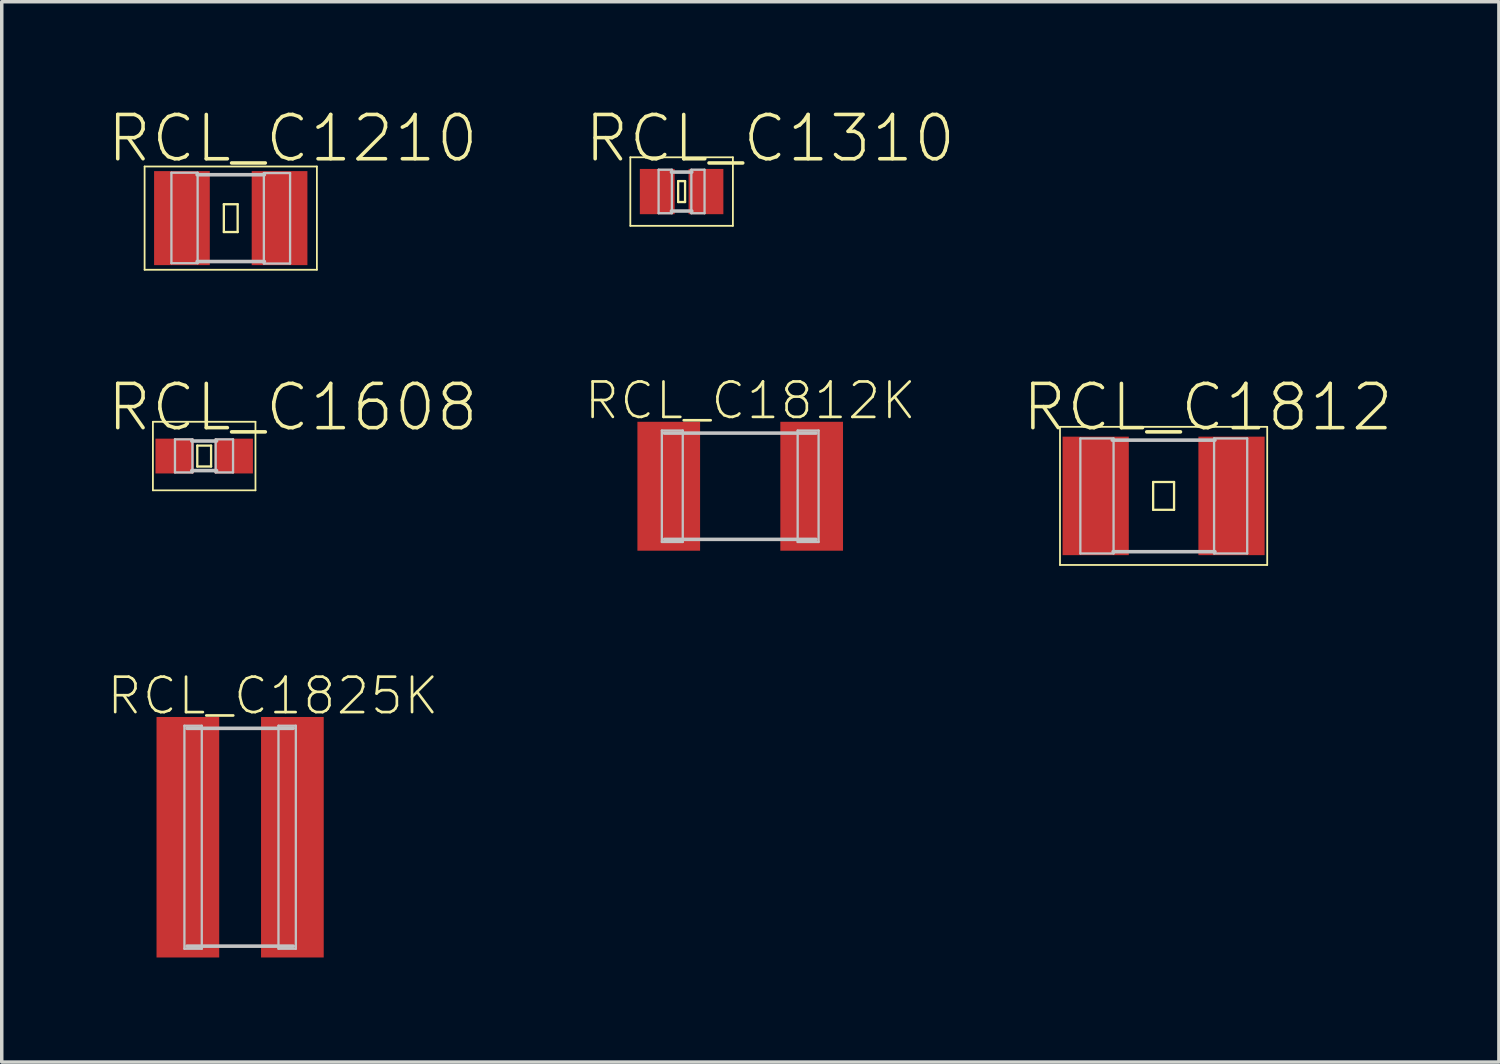
<source format=kicad_pcb>
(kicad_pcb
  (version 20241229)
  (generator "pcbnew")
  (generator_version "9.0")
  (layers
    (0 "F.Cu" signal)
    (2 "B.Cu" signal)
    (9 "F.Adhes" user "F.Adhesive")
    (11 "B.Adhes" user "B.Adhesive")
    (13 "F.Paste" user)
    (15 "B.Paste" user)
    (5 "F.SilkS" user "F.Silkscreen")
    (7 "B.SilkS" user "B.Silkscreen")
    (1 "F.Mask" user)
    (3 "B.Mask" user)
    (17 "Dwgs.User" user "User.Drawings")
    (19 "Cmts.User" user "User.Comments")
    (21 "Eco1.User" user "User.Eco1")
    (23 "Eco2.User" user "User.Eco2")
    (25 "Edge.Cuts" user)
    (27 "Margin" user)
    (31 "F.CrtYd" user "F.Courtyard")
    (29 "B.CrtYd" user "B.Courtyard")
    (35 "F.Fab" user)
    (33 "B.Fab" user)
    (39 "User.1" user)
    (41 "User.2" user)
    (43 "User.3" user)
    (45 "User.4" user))
  (footprint "RCL_C1310"
    (layer "F.Cu")
    (at 16.502 2.445)
    (property "Reference" "RCL_C1310" (at 2.54 -1.524 0) (layer "F.SilkS") (effects (font (size 1.27 1.27) (thickness 0.102))))
    (attr smd)
    (fp_line (start -1.471 -0.983) (end 1.471 -0.983) (stroke (width 0.051) (type solid)) (layer "F.SilkS"))
    (fp_line (start -1.471 0.983) (end -1.471 -0.983) (stroke (width 0.051) (type solid)) (layer "F.SilkS"))
    (fp_line (start -0.099 -0.3) (end 0.099 -0.3) (stroke (width 0.066) (type solid)) (layer "F.SilkS"))
    (fp_line (start -0.099 0.3) (end -0.099 -0.3) (stroke (width 0.066) (type solid)) (layer "F.SilkS"))
    (fp_line (start -0.099 0.3) (end 0.099 0.3) (stroke (width 0.066) (type solid)) (layer "F.SilkS"))
    (fp_line (start 0.099 0.3) (end 0.099 -0.3) (stroke (width 0.066) (type solid)) (layer "F.SilkS"))
    (fp_line (start 1.471 -0.983) (end 1.471 0.983) (stroke (width 0.051) (type solid)) (layer "F.SilkS"))
    (fp_line (start 1.471 0.983) (end -1.471 0.983) (stroke (width 0.051) (type solid)) (layer "F.SilkS"))
    (fp_line (start -0.66 -0.627) (end -0.279 -0.627) (stroke (width 0.066) (type solid)) (layer "Dwgs.User"))
    (fp_line (start -0.66 0.622) (end -0.66 -0.627) (stroke (width 0.066) (type solid)) (layer "Dwgs.User"))
    (fp_line (start -0.66 0.622) (end -0.279 0.622) (stroke (width 0.066) (type solid)) (layer "Dwgs.User"))
    (fp_line (start -0.292 -0.559) (end 0.292 -0.559) (stroke (width 0.102) (type solid)) (layer "Dwgs.User"))
    (fp_line (start -0.292 0.559) (end 0.292 0.559) (stroke (width 0.102) (type solid)) (layer "Dwgs.User"))
    (fp_line (start -0.279 0.622) (end -0.279 -0.627) (stroke (width 0.066) (type solid)) (layer "Dwgs.User"))
    (fp_line (start 0.279 -0.627) (end 0.658 -0.627) (stroke (width 0.066) (type solid)) (layer "Dwgs.User"))
    (fp_line (start 0.279 0.622) (end 0.279 -0.627) (stroke (width 0.066) (type solid)) (layer "Dwgs.User"))
    (fp_line (start 0.279 0.622) (end 0.658 0.622) (stroke (width 0.066) (type solid)) (layer "Dwgs.User"))
    (fp_line (start 0.658 0.622) (end 0.658 -0.627) (stroke (width 0.066) (type solid)) (layer "Dwgs.User"))
    (pad "1" smd rect (at -0.699 0) (size 0.998 1.298) (layers "F.Cu" "F.Mask" "F.Paste"))
    (pad "2" smd rect (at 0.699 0) (size 0.998 1.298) (layers "F.Cu" "F.Mask" "F.Paste")))
  (footprint "RCL_C1812"
    (layer "F.Cu")
    (at 30.328 11.175)
    (property "Reference" "RCL_C1812" (at 1.27 -2.54 0) (layer "F.SilkS") (effects (font (size 1.27 1.27) (thickness 0.102))))
    (attr smd)
    (fp_line (start -2.972 -1.981) (end 2.972 -1.981) (stroke (width 0.051) (type solid)) (layer "F.SilkS"))
    (fp_line (start -2.972 1.981) (end -2.972 -1.981) (stroke (width 0.051) (type solid)) (layer "F.SilkS"))
    (fp_line (start -0.3 -0.399) (end 0.3 -0.399) (stroke (width 0.066) (type solid)) (layer "F.SilkS"))
    (fp_line (start -0.3 0.399) (end -0.3 -0.399) (stroke (width 0.066) (type solid)) (layer "F.SilkS"))
    (fp_line (start -0.3 0.399) (end 0.3 0.399) (stroke (width 0.066) (type solid)) (layer "F.SilkS"))
    (fp_line (start 0.3 0.399) (end 0.3 -0.399) (stroke (width 0.066) (type solid)) (layer "F.SilkS"))
    (fp_line (start 2.972 -1.981) (end 2.972 1.981) (stroke (width 0.051) (type solid)) (layer "F.SilkS"))
    (fp_line (start 2.972 1.981) (end -2.972 1.981) (stroke (width 0.051) (type solid)) (layer "F.SilkS"))
    (fp_line (start -2.388 -1.648) (end -1.435 -1.648) (stroke (width 0.066) (type solid)) (layer "Dwgs.User"))
    (fp_line (start -2.388 1.651) (end -2.388 -1.648) (stroke (width 0.066) (type solid)) (layer "Dwgs.User"))
    (fp_line (start -2.388 1.651) (end -1.435 1.651) (stroke (width 0.066) (type solid)) (layer "Dwgs.User"))
    (fp_line (start -1.473 -1.6) (end 1.473 -1.6) (stroke (width 0.102) (type solid)) (layer "Dwgs.User"))
    (fp_line (start -1.448 1.6) (end 1.473 1.6) (stroke (width 0.102) (type solid)) (layer "Dwgs.User"))
    (fp_line (start -1.435 1.651) (end -1.435 -1.648) (stroke (width 0.066) (type solid)) (layer "Dwgs.User"))
    (fp_line (start 1.448 -1.648) (end 2.398 -1.648) (stroke (width 0.066) (type solid)) (layer "Dwgs.User"))
    (fp_line (start 1.448 1.651) (end 1.448 -1.648) (stroke (width 0.066) (type solid)) (layer "Dwgs.User"))
    (fp_line (start 1.448 1.651) (end 2.398 1.651) (stroke (width 0.066) (type solid)) (layer "Dwgs.User"))
    (fp_line (start 2.398 1.651) (end 2.398 -1.648) (stroke (width 0.066) (type solid)) (layer "Dwgs.User"))
    (pad "1" smd rect (at -1.948 0) (size 1.9 3.399) (layers "F.Cu" "F.Mask" "F.Paste"))
    (pad "2" smd rect (at 1.948 0) (size 1.9 3.399) (layers "F.Cu" "F.Mask" "F.Paste")))
  (footprint "RCL_C1812K"
    (layer "F.Cu")
    (at 18.183 10.898)
    (property "Reference" "RCL_C1812K" (at 0.29 -2.456 0) (layer "F.SilkS") (effects (font (size 1.016 1.016) (thickness 0.076))))
    (attr smd)
    (fp_line (start -2.248 -1.598) (end -1.648 -1.598) (stroke (width 0.066) (type solid)) (layer "Dwgs.User"))
    (fp_line (start -2.248 1.598) (end -2.248 -1.598) (stroke (width 0.066) (type solid)) (layer "Dwgs.User"))
    (fp_line (start -2.248 1.598) (end -1.648 1.598) (stroke (width 0.066) (type solid)) (layer "Dwgs.User"))
    (fp_line (start -2.174 -1.524) (end 2.174 -1.524) (stroke (width 0.102) (type solid)) (layer "Dwgs.User"))
    (fp_line (start -1.648 1.598) (end -1.648 -1.598) (stroke (width 0.066) (type solid)) (layer "Dwgs.User"))
    (fp_line (start 1.648 -1.598) (end 2.248 -1.598) (stroke (width 0.066) (type solid)) (layer "Dwgs.User"))
    (fp_line (start 1.648 1.598) (end 1.648 -1.598) (stroke (width 0.066) (type solid)) (layer "Dwgs.User"))
    (fp_line (start 1.648 1.598) (end 2.248 1.598) (stroke (width 0.066) (type solid)) (layer "Dwgs.User"))
    (fp_line (start 2.174 1.524) (end -2.174 1.524) (stroke (width 0.102) (type solid)) (layer "Dwgs.User"))
    (fp_line (start 2.248 1.598) (end 2.248 -1.598) (stroke (width 0.066) (type solid)) (layer "Dwgs.User"))
    (pad "1" smd rect (at -2.05 0) (size 1.798 3.698) (layers "F.Cu" "F.Mask" "F.Paste"))
    (pad "2" smd rect (at 2.05 0) (size 1.798 3.698) (layers "F.Cu" "F.Mask" "F.Paste")))
  (footprint "RCL_C1608"
    (layer "F.Cu")
    (at 2.807 10.032)
    (property "Reference" "RCL_C1608" (at 2.54 -1.397 0) (layer "F.SilkS") (effects (font (size 1.27 1.27) (thickness 0.102))))
    (attr smd)
    (fp_line (start -1.471 -0.983) (end 1.471 -0.983) (stroke (width 0.051) (type solid)) (layer "F.SilkS"))
    (fp_line (start -1.471 0.983) (end -1.471 -0.983) (stroke (width 0.051) (type solid)) (layer "F.SilkS"))
    (fp_line (start -0.198 -0.3) (end 0.198 -0.3) (stroke (width 0.066) (type solid)) (layer "F.SilkS"))
    (fp_line (start -0.198 0.3) (end -0.198 -0.3) (stroke (width 0.066) (type solid)) (layer "F.SilkS"))
    (fp_line (start -0.198 0.3) (end 0.198 0.3) (stroke (width 0.066) (type solid)) (layer "F.SilkS"))
    (fp_line (start 0.198 0.3) (end 0.198 -0.3) (stroke (width 0.066) (type solid)) (layer "F.SilkS"))
    (fp_line (start 1.471 -0.983) (end 1.471 0.983) (stroke (width 0.051) (type solid)) (layer "F.SilkS"))
    (fp_line (start 1.471 0.983) (end -1.471 0.983) (stroke (width 0.051) (type solid)) (layer "F.SilkS"))
    (fp_line (start -0.838 -0.48) (end -0.338 -0.48) (stroke (width 0.066) (type solid)) (layer "Dwgs.User"))
    (fp_line (start -0.838 0.47) (end -0.838 -0.48) (stroke (width 0.066) (type solid)) (layer "Dwgs.User"))
    (fp_line (start -0.838 0.47) (end -0.338 0.47) (stroke (width 0.066) (type solid)) (layer "Dwgs.User"))
    (fp_line (start -0.356 -0.432) (end 0.356 -0.432) (stroke (width 0.102) (type solid)) (layer "Dwgs.User"))
    (fp_line (start -0.356 0.417) (end 0.356 0.417) (stroke (width 0.102) (type solid)) (layer "Dwgs.User"))
    (fp_line (start -0.338 0.47) (end -0.338 -0.48) (stroke (width 0.066) (type solid)) (layer "Dwgs.User"))
    (fp_line (start 0.33 -0.48) (end 0.828 -0.48) (stroke (width 0.066) (type solid)) (layer "Dwgs.User"))
    (fp_line (start 0.33 0.47) (end 0.33 -0.48) (stroke (width 0.066) (type solid)) (layer "Dwgs.User"))
    (fp_line (start 0.33 0.47) (end 0.828 0.47) (stroke (width 0.066) (type solid)) (layer "Dwgs.User"))
    (fp_line (start 0.828 0.47) (end 0.828 -0.48) (stroke (width 0.066) (type solid)) (layer "Dwgs.User"))
    (pad "1" smd rect (at -0.848 0) (size 1.1 0.998) (layers "F.Cu" "F.Mask" "F.Paste"))
    (pad "2" smd rect (at 0.848 0) (size 1.1 0.998) (layers "F.Cu" "F.Mask" "F.Paste")))
  (footprint "RCL_C1825K"
    (layer "F.Cu")
    (at 3.838 20.966)
    (property "Reference" "RCL_C1825K" (at 0.94 -4.056 0) (layer "F.SilkS") (effects (font (size 1.016 1.016) (thickness 0.076))))
    (attr smd)
    (fp_line (start -1.598 -3.198) (end -1.1 -3.198) (stroke (width 0.066) (type solid)) (layer "Dwgs.User"))
    (fp_line (start -1.598 3.198) (end -1.598 -3.198) (stroke (width 0.066) (type solid)) (layer "Dwgs.User"))
    (fp_line (start -1.598 3.198) (end -1.1 3.198) (stroke (width 0.066) (type solid)) (layer "Dwgs.User"))
    (fp_line (start -1.524 -3.124) (end 1.524 -3.124) (stroke (width 0.102) (type solid)) (layer "Dwgs.User"))
    (fp_line (start -1.1 3.198) (end -1.1 -3.198) (stroke (width 0.066) (type solid)) (layer "Dwgs.User"))
    (fp_line (start 1.1 -3.198) (end 1.598 -3.198) (stroke (width 0.066) (type solid)) (layer "Dwgs.User"))
    (fp_line (start 1.1 3.198) (end 1.1 -3.198) (stroke (width 0.066) (type solid)) (layer "Dwgs.User"))
    (fp_line (start 1.1 3.198) (end 1.598 3.198) (stroke (width 0.066) (type solid)) (layer "Dwgs.User"))
    (fp_line (start 1.524 3.124) (end -1.524 3.124) (stroke (width 0.102) (type solid)) (layer "Dwgs.User"))
    (fp_line (start 1.598 3.198) (end 1.598 -3.198) (stroke (width 0.066) (type solid)) (layer "Dwgs.User"))
    (pad "1" smd rect (at -1.499 0) (size 1.798 6.899) (layers "F.Cu" "F.Mask" "F.Paste"))
    (pad "2" smd rect (at 1.499 0) (size 1.798 6.899) (layers "F.Cu" "F.Mask" "F.Paste")))
  (footprint "RCL_C1210"
    (layer "F.Cu")
    (at 3.569 3.207)
    (property "Reference" "RCL_C1210" (at 1.778 -2.286 0) (layer "F.SilkS") (effects (font (size 1.27 1.27) (thickness 0.102))))
    (attr smd)
    (fp_line (start -2.471 -1.481) (end 2.471 -1.481) (stroke (width 0.051) (type solid)) (layer "F.SilkS"))
    (fp_line (start -2.471 1.481) (end -2.471 -1.481) (stroke (width 0.051) (type solid)) (layer "F.SilkS"))
    (fp_line (start -0.198 -0.399) (end 0.198 -0.399) (stroke (width 0.066) (type solid)) (layer "F.SilkS"))
    (fp_line (start -0.198 0.399) (end -0.198 -0.399) (stroke (width 0.066) (type solid)) (layer "F.SilkS"))
    (fp_line (start -0.198 0.399) (end 0.198 0.399) (stroke (width 0.066) (type solid)) (layer "F.SilkS"))
    (fp_line (start 0.198 0.399) (end 0.198 -0.399) (stroke (width 0.066) (type solid)) (layer "F.SilkS"))
    (fp_line (start 2.471 -1.481) (end 2.471 1.481) (stroke (width 0.051) (type solid)) (layer "F.SilkS"))
    (fp_line (start 2.471 1.481) (end -2.471 1.481) (stroke (width 0.051) (type solid)) (layer "F.SilkS"))
    (fp_line (start -1.702 -1.303) (end -0.95 -1.303) (stroke (width 0.066) (type solid)) (layer "Dwgs.User"))
    (fp_line (start -1.702 1.293) (end -1.702 -1.303) (stroke (width 0.066) (type solid)) (layer "Dwgs.User"))
    (fp_line (start -1.702 1.293) (end -0.95 1.293) (stroke (width 0.066) (type solid)) (layer "Dwgs.User"))
    (fp_line (start -0.965 -1.245) (end 0.965 -1.245) (stroke (width 0.102) (type solid)) (layer "Dwgs.User"))
    (fp_line (start -0.965 1.245) (end 0.965 1.245) (stroke (width 0.102) (type solid)) (layer "Dwgs.User"))
    (fp_line (start -0.95 1.293) (end -0.95 -1.303) (stroke (width 0.066) (type solid)) (layer "Dwgs.User"))
    (fp_line (start 0.95 -1.293) (end 1.702 -1.293) (stroke (width 0.066) (type solid)) (layer "Dwgs.User"))
    (fp_line (start 0.95 1.303) (end 0.95 -1.293) (stroke (width 0.066) (type solid)) (layer "Dwgs.User"))
    (fp_line (start 0.95 1.303) (end 1.702 1.303) (stroke (width 0.066) (type solid)) (layer "Dwgs.User"))
    (fp_line (start 1.702 1.303) (end 1.702 -1.293) (stroke (width 0.066) (type solid)) (layer "Dwgs.User"))
    (pad "1" smd rect (at -1.4 0) (size 1.598 2.697) (layers "F.Cu" "F.Mask" "F.Paste"))
    (pad "2" smd rect (at 1.4 0) (size 1.598 2.697) (layers "F.Cu" "F.Mask" "F.Paste")))
  (gr_rect
    (start -3 -3)
    (end 39.946 27.415)
    (stroke (width 0.1) (type default))
    (fill no)
    (layer "Edge.Cuts")))
</source>
